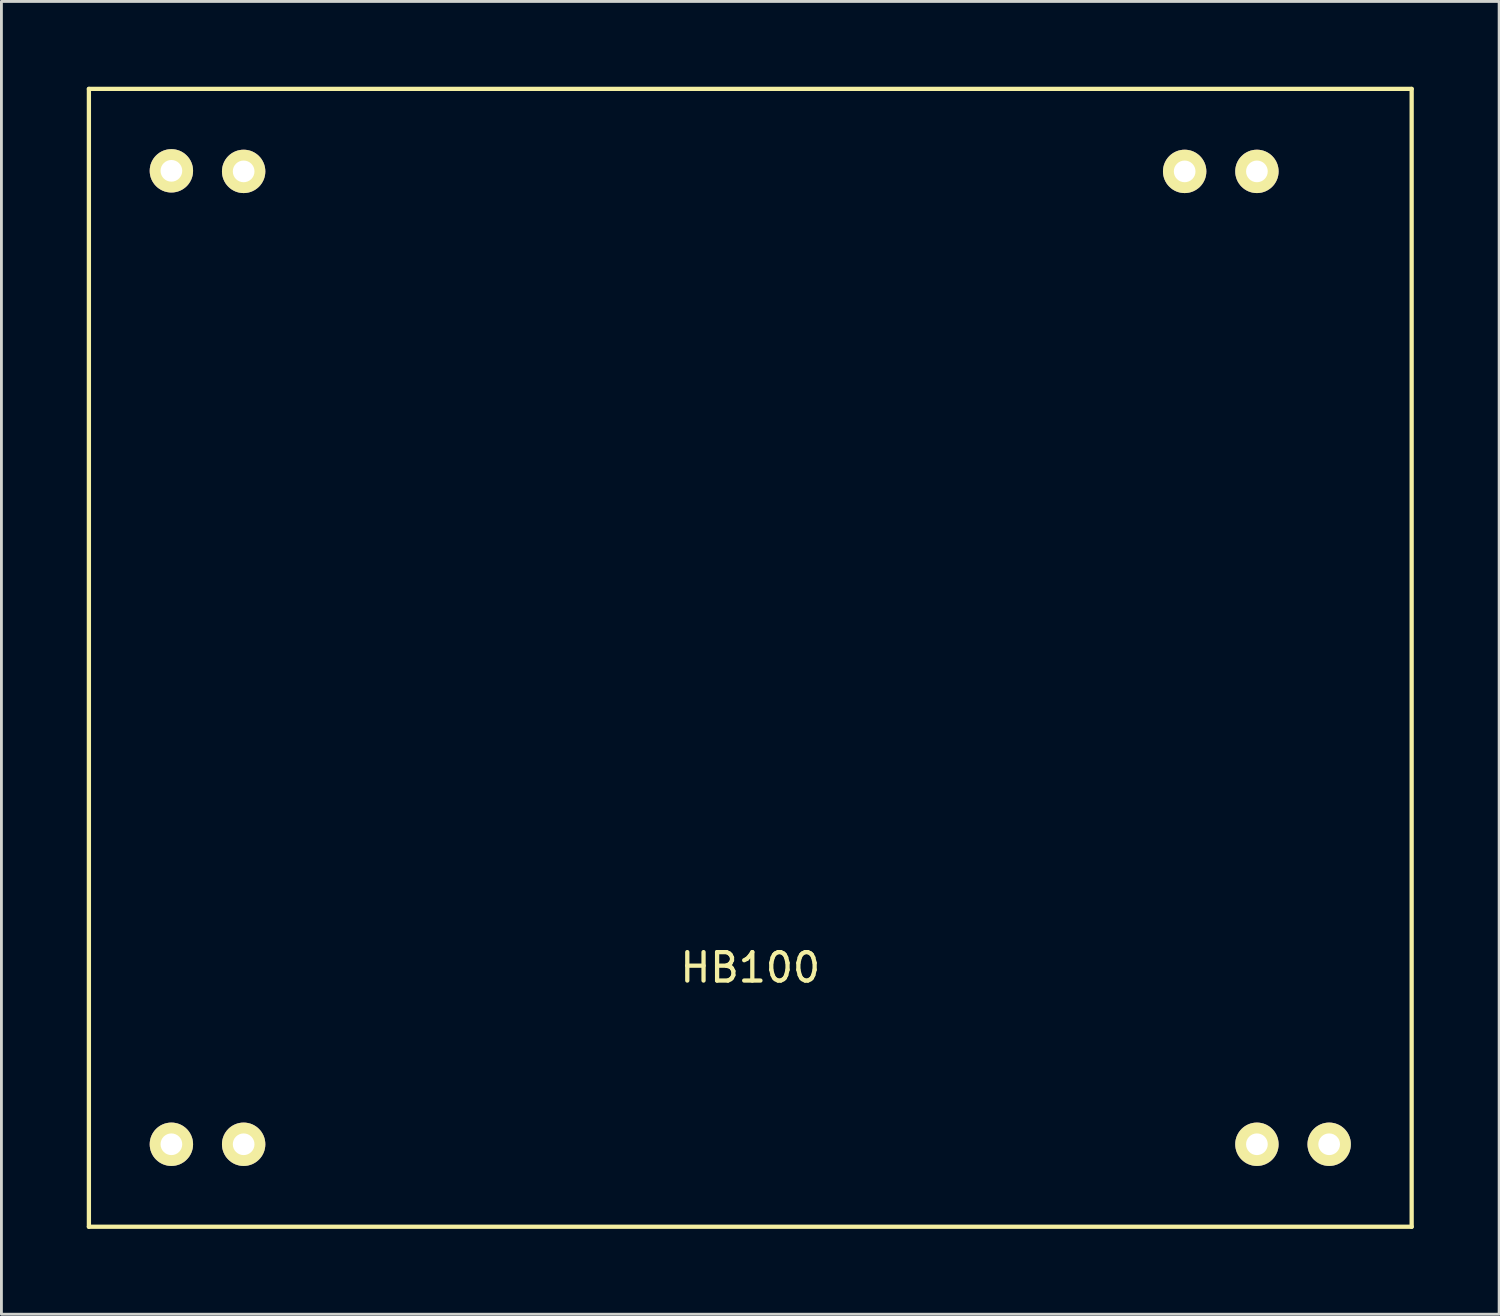
<source format=kicad_pcb>
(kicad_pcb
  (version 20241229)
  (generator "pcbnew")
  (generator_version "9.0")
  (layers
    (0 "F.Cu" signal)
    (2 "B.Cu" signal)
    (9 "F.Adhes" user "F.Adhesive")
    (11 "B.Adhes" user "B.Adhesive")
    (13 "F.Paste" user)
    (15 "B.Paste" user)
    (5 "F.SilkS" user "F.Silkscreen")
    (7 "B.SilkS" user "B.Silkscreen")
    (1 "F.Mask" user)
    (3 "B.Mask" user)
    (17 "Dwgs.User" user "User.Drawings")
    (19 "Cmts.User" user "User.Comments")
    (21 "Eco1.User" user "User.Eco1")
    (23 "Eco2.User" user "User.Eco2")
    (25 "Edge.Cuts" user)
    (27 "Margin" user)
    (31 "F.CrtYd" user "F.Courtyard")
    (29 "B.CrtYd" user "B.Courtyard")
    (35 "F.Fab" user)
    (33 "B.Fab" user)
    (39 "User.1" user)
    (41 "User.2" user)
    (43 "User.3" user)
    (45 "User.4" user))
  (footprint "HB100"
    (layer "F.Cu")
    (at 23.325 20.075)
    (property "Reference" "HB100" (at 0 10.89 0) (layer "F.SilkS") (effects (font (size 1 1) (thickness 0.15))))
    (attr through_hole)
    (fp_line (start -23.25 -20) (end -23.25 20) (stroke (width 0.15) (type solid)) (layer "F.SilkS"))
    (fp_line (start -23.25 20) (end 23.25 20) (stroke (width 0.15) (type solid)) (layer "F.SilkS"))
    (fp_line (start 23.25 -20) (end -23.25 -20) (stroke (width 0.15) (type solid)) (layer "F.SilkS"))
    (fp_line (start 23.25 20) (end 23.25 -20) (stroke (width 0.15) (type solid)) (layer "F.SilkS"))
    (pad "1" thru_hole circle (at 15.27 -17.1) (size 1.524 1.524) (drill 0.762) (layers "*.Cu" "*.Mask" "F.SilkS"))
    (pad "1" thru_hole circle (at 17.81 -17.1) (size 1.524 1.524) (drill 0.762) (layers "*.Cu" "*.Mask" "F.SilkS"))
    (pad "2" thru_hole circle (at 17.81 17.1) (size 1.524 1.524) (drill 0.762) (layers "*.Cu" "*.Mask" "F.SilkS"))
    (pad "2" thru_hole circle (at 20.35 17.1) (size 1.524 1.524) (drill 0.762) (layers "*.Cu" "*.Mask" "F.SilkS"))
    (pad "3" thru_hole circle (at -20.35 17.1) (size 1.524 1.524) (drill 0.762) (layers "*.Cu" "*.Mask" "F.SilkS"))
    (pad "3" thru_hole circle (at -17.81 17.1) (size 1.524 1.524) (drill 0.762) (layers "*.Cu" "*.Mask" "F.SilkS"))
    (pad "4" thru_hole circle (at -20.35 -17.12) (size 1.524 1.524) (drill 0.762) (layers "*.Cu" "*.Mask" "F.SilkS"))
    (pad "4" thru_hole circle (at -17.81 -17.1) (size 1.524 1.524) (drill 0.762) (layers "*.Cu" "*.Mask" "F.SilkS")))
  (gr_rect
    (start -3 -3)
    (end 49.65 43.15)
    (stroke (width 0.1) (type default))
    (fill no)
    (layer "Edge.Cuts")))
</source>
